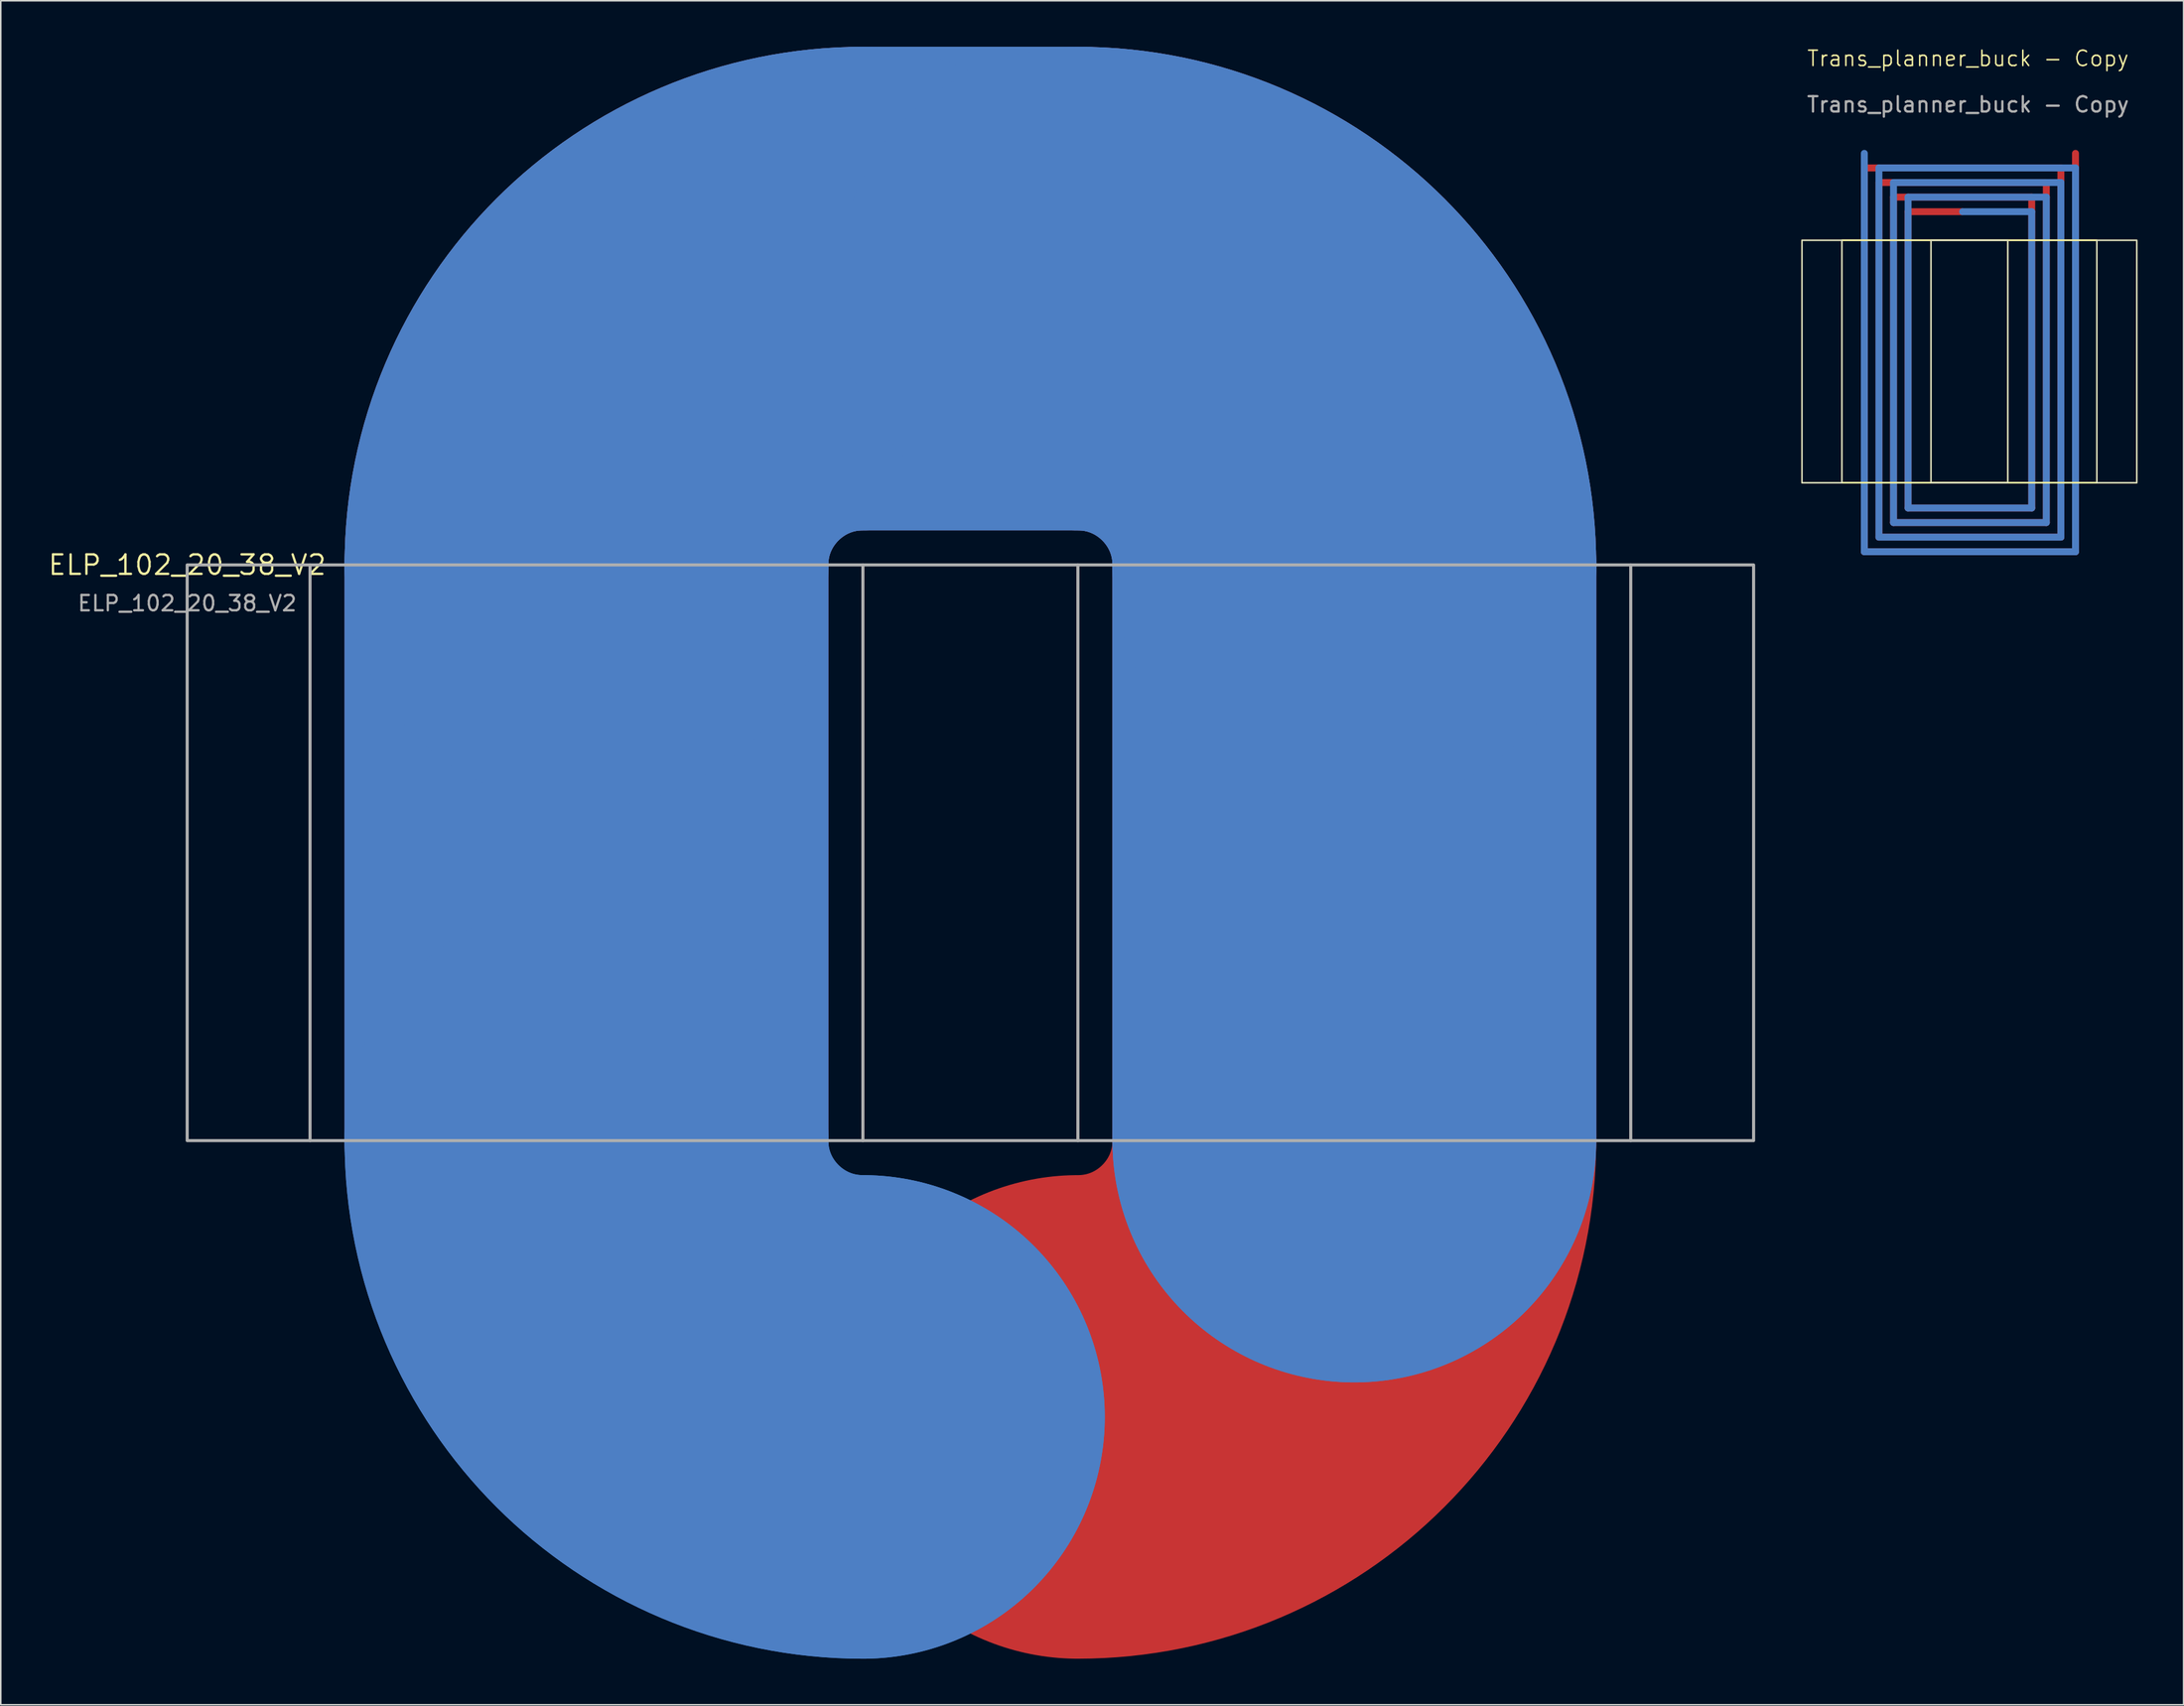
<source format=kicad_pcb>
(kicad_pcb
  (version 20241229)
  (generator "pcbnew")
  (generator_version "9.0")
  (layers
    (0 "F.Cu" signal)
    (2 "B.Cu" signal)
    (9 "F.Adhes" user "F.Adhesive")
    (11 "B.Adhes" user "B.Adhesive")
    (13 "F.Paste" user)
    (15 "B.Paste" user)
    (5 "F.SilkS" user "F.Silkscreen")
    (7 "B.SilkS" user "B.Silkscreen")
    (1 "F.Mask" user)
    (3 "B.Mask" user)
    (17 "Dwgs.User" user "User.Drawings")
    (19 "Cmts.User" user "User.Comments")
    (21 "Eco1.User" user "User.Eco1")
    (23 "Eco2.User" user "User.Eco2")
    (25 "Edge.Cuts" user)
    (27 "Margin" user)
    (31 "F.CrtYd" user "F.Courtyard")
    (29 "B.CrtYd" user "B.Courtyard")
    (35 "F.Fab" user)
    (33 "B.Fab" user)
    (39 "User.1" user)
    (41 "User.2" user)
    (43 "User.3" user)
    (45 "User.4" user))
  (footprint "ELP_102_20_38_V2"
    (layer "F.Cu")
    (at 9.139 33.75)
    (property "Reference" "ELP_102_20_38_V2" (at 0 0 0) (layer "F.SilkS") (effects (font (size 1.27 1.27) (thickness 0.15))))
    (fp_line (start 26 0) (end 26 37.5) (stroke (width 31.5) (type default)) (layer "F.Cu"))
    (fp_line (start 58 -18) (end 44 -18) (stroke (width 31.5) (type default)) (layer "F.Cu"))
    (fp_line (start 76 37.5) (end 76 0) (stroke (width 31.5) (type default)) (layer "F.Cu"))
    (fp_arc (start 26 0) (mid 31.272078 -12.727922) (end 44 -18) (stroke (width 31.5) (type solid)) (layer "F.Cu"))
    (fp_arc (start 58 -18) (mid 70.727922 -12.727922) (end 76 0) (stroke (width 31.5) (type solid)) (layer "F.Cu"))
    (fp_arc (start 76 37.5) (mid 70.727922 50.227922) (end 58 55.5) (stroke (width 31.5) (type solid)) (layer "F.Cu"))
    (fp_line (start 26 0) (end 26 37.5) (stroke (width 31.5) (type default)) (layer "B.Cu"))
    (fp_line (start 26 0) (end 26 37.5) (stroke (width 31.5) (type default)) (layer "B.Cu"))
    (fp_line (start 58 -18) (end 44 -18) (stroke (width 31.5) (type default)) (layer "B.Cu"))
    (fp_line (start 58 -18) (end 44 -18) (stroke (width 31.5) (type default)) (layer "B.Cu"))
    (fp_line (start 76 37.5) (end 76 0) (stroke (width 31.5) (type default)) (layer "B.Cu"))
    (fp_line (start 76 37.5) (end 76 0) (stroke (width 31.5) (type default)) (layer "B.Cu"))
    (fp_arc (start 26 0) (mid 31.272078 -12.727922) (end 44 -18) (stroke (width 31.5) (type solid)) (layer "B.Cu"))
    (fp_arc (start 26 0) (mid 31.272078 -12.727922) (end 44 -18) (stroke (width 31.5) (type solid)) (layer "B.Cu"))
    (fp_arc (start 44 55.5) (mid 31.272078 50.227922) (end 26 37.5) (stroke (width 31.5) (type solid)) (layer "B.Cu"))
    (fp_arc (start 44 55.5) (mid 31.272078 50.227922) (end 26 37.5) (stroke (width 31.5) (type solid)) (layer "B.Cu"))
    (fp_arc (start 58 -18) (mid 70.727922 -12.727922) (end 76 0) (stroke (width 31.5) (type solid)) (layer "B.Cu"))
    (fp_arc (start 58 -18) (mid 70.727922 -12.727922) (end 76 0) (stroke (width 31.5) (type solid)) (layer "B.Cu"))
    (fp_line (start 14.562 0) (end 14.562 37.5) (stroke (width 7.125) (type default)) (layer "In1.Cu"))
    (fp_line (start 22.188 0) (end 22.188 37.5) (stroke (width 7.125) (type default)) (layer "In1.Cu"))
    (fp_line (start 29.812 0) (end 29.812 37.5) (stroke (width 7.125) (type default)) (layer "In1.Cu"))
    (fp_line (start 37.438 0) (end 37.438 37.5) (stroke (width 7.125) (type default)) (layer "In1.Cu"))
    (fp_line (start 44 44.062) (end 58 44.062) (stroke (width 7.125) (type default)) (layer "In1.Cu"))
    (fp_line (start 44 51.688) (end 58 51.688) (stroke (width 7.125) (type default)) (layer "In1.Cu"))
    (fp_line (start 44 59.312) (end 58 59.312) (stroke (width 7.125) (type default)) (layer "In1.Cu"))
    (fp_line (start 44 66.938) (end 58 66.938) (stroke (width 7.125) (type default)) (layer "In1.Cu"))
    (fp_line (start 58 -29.438) (end 51.625 -29.438) (stroke (width 7.125) (type default)) (layer "In1.Cu"))
    (fp_line (start 58 -21.812) (end 51.625 -21.812) (stroke (width 7.125) (type default)) (layer "In1.Cu"))
    (fp_line (start 58 -14.188) (end 51.625 -14.188) (stroke (width 7.125) (type default)) (layer "In1.Cu"))
    (fp_line (start 64.562 37.5) (end 64.562 0) (stroke (width 7.125) (type default)) (layer "In1.Cu"))
    (fp_line (start 72.188 37.5) (end 72.188 0) (stroke (width 7.125) (type default)) (layer "In1.Cu"))
    (fp_line (start 79.812 37.5) (end 79.812 0) (stroke (width 7.125) (type default)) (layer "In1.Cu"))
    (fp_line (start 87.438 37.5) (end 87.438 0) (stroke (width 7.125) (type default)) (layer "In1.Cu"))
    (fp_arc (start 22.1875 0) (mid 30.809544 -20.815456) (end 51.625 -29.4375) (stroke (width 7.125) (type solid)) (layer "In1.Cu"))
    (fp_arc (start 29.8125 0) (mid 36.201233 -15.423767) (end 51.625 -21.8125) (stroke (width 7.125) (type solid)) (layer "In1.Cu"))
    (fp_arc (start 37.4375 0) (mid 41.592923 -10.032077) (end 51.625 -14.1875) (stroke (width 7.125) (type solid)) (layer "In1.Cu"))
    (fp_arc (start 44 44.0625) (mid 39.359612 42.140388) (end 37.4375 37.5) (stroke (width 7.125) (type solid)) (layer "In1.Cu"))
    (fp_arc (start 44 51.6875) (mid 33.967923 47.532077) (end 29.8125 37.5) (stroke (width 7.125) (type solid)) (layer "In1.Cu"))
    (fp_arc (start 44 59.3125) (mid 28.576233 52.923767) (end 22.1875 37.5) (stroke (width 7.125) (type solid)) (layer "In1.Cu"))
    (fp_arc (start 44 66.9375) (mid 23.184544 58.315456) (end 14.5625 37.5) (stroke (width 7.125) (type solid)) (layer "In1.Cu"))
    (fp_arc (start 58 -29.4375) (mid 78.815456 -20.815456) (end 87.4375 0) (stroke (width 7.125) (type solid)) (layer "In1.Cu"))
    (fp_arc (start 58 -21.8125) (mid 73.423767 -15.423767) (end 79.8125 0) (stroke (width 7.125) (type solid)) (layer "In1.Cu"))
    (fp_arc (start 58 -14.1875) (mid 68.032077 -10.032077) (end 72.1875 0) (stroke (width 7.125) (type solid)) (layer "In1.Cu"))
    (fp_arc (start 58 -6.5625) (mid 62.640388 -4.640388) (end 64.5625 0) (stroke (width 7.125) (type solid)) (layer "In1.Cu"))
    (fp_arc (start 64.5625 37.5) (mid 62.640388 42.140388) (end 58 44.0625) (stroke (width 7.125) (type solid)) (layer "In1.Cu"))
    (fp_arc (start 72.1875 37.5) (mid 68.032077 47.532077) (end 58 51.6875) (stroke (width 7.125) (type solid)) (layer "In1.Cu"))
    (fp_arc (start 79.8125 37.5) (mid 73.423767 52.923767) (end 58 59.3125) (stroke (width 7.125) (type solid)) (layer "In1.Cu"))
    (fp_arc (start 87.4375 37.5) (mid 78.815456 58.315456) (end 58 66.9375) (stroke (width 7.125) (type solid)) (layer "In1.Cu"))
    (fp_line (start 8 0) (end 8 37.5) (stroke (width 0.2) (type default)) (layer "F.Fab"))
    (fp_line (start 44 0) (end 44 37.5) (stroke (width 0.2) (type default)) (layer "F.Fab"))
    (fp_line (start 58 0) (end 58 37.5) (stroke (width 0.2) (type default)) (layer "F.Fab"))
    (fp_line (start 94 0) (end 94 37.5) (stroke (width 0.2) (type default)) (layer "F.Fab"))
    (fp_rect (start 0 0) (end 102 37.5) (stroke (width 0.2) (type solid)) (fill no) (layer "F.Fab"))
    (fp_text user "${REFERENCE}" (at 0 2.5 0) (unlocked yes) (layer "F.Fab") (effects (font (size 1 1) (thickness 0.15)))))
  (footprint "Trans_planner_buck - Copy"
    (layer "F.Cu")
    (at 125.099 1.26)
    (property "Reference" "Trans_planner_buck - Copy" (at 0 -0.5 0) (unlocked yes) (layer "F.SilkS") (effects (font (size 1 1) (thickness 0.1))))
    (fp_line (start -6.75 6.63) (end 6.05 6.63) (stroke (width 0.45) (type default)) (layer "F.Cu"))
    (fp_line (start -6.75 31.63) (end -6.75 6.63) (stroke (width 0.45) (type default)) (layer "F.Cu"))
    (fp_line (start -5.8 7.58) (end 5.1 7.58) (stroke (width 0.45) (type default)) (layer "F.Cu"))
    (fp_line (start -5.8 30.68) (end -5.8 7.58) (stroke (width 0.45) (type default)) (layer "F.Cu"))
    (fp_line (start -4.85 8.53) (end 4.15 8.53) (stroke (width 0.45) (type default)) (layer "F.Cu"))
    (fp_line (start -4.85 29.73) (end -4.85 8.53) (stroke (width 0.45) (type default)) (layer "F.Cu"))
    (fp_line (start -3.9 9.48) (end -0.4 9.48) (stroke (width 0.45) (type default)) (layer "F.Cu"))
    (fp_line (start -3.9 28.78) (end -3.9 9.48) (stroke (width 0.45) (type default)) (layer "F.Cu"))
    (fp_line (start 4.15 8.53) (end 4.15 28.78) (stroke (width 0.45) (type default)) (layer "F.Cu"))
    (fp_line (start 4.15 28.78) (end -3.9 28.78) (stroke (width 0.45) (type default)) (layer "F.Cu"))
    (fp_line (start 5.1 7.58) (end 5.1 29.73) (stroke (width 0.45) (type default)) (layer "F.Cu"))
    (fp_line (start 5.1 29.73) (end -4.85 29.73) (stroke (width 0.45) (type default)) (layer "F.Cu"))
    (fp_line (start 6.05 6.63) (end 6.05 30.68) (stroke (width 0.45) (type default)) (layer "F.Cu"))
    (fp_line (start 6.05 30.68) (end -5.8 30.68) (stroke (width 0.45) (type default)) (layer "F.Cu"))
    (fp_line (start 7 5.68) (end 7 31.63) (stroke (width 0.45) (type default)) (layer "F.Cu"))
    (fp_line (start 7 31.63) (end -6.75 31.63) (stroke (width 0.45) (type default)) (layer "F.Cu"))
    (fp_line (start -6.75 5.68) (end -6.75 31.63) (stroke (width 0.45) (type default)) (layer "B.Cu"))
    (fp_line (start -6.75 31.63) (end 7 31.63) (stroke (width 0.45) (type default)) (layer "B.Cu"))
    (fp_line (start -5.8 6.63) (end -5.8 30.68) (stroke (width 0.45) (type default)) (layer "B.Cu"))
    (fp_line (start -5.8 30.68) (end 6.05 30.68) (stroke (width 0.45) (type default)) (layer "B.Cu"))
    (fp_line (start -4.85 7.58) (end -4.85 29.73) (stroke (width 0.45) (type default)) (layer "B.Cu"))
    (fp_line (start -4.85 29.73) (end 5.1 29.73) (stroke (width 0.45) (type default)) (layer "B.Cu"))
    (fp_line (start -3.9 8.53) (end -3.9 28.78) (stroke (width 0.45) (type default)) (layer "B.Cu"))
    (fp_line (start -3.9 28.78) (end 4.15 28.78) (stroke (width 0.45) (type default)) (layer "B.Cu"))
    (fp_line (start 4.15 9.48) (end -0.35 9.48) (stroke (width 0.45) (type default)) (layer "B.Cu"))
    (fp_line (start 4.15 28.78) (end 4.15 9.48) (stroke (width 0.45) (type default)) (layer "B.Cu"))
    (fp_line (start 5.1 8.53) (end -3.9 8.53) (stroke (width 0.45) (type default)) (layer "B.Cu"))
    (fp_line (start 5.1 29.73) (end 5.1 8.53) (stroke (width 0.45) (type default)) (layer "B.Cu"))
    (fp_line (start 6.05 7.58) (end -4.85 7.58) (stroke (width 0.45) (type default)) (layer "B.Cu"))
    (fp_line (start 6.05 30.68) (end 6.05 7.58) (stroke (width 0.45) (type default)) (layer "B.Cu"))
    (fp_line (start 7 6.63) (end -5.8 6.63) (stroke (width 0.45) (type default)) (layer "B.Cu"))
    (fp_line (start 7 31.63) (end 7 6.63) (stroke (width 0.45) (type default)) (layer "B.Cu"))
    (fp_line (start -5.85 7.055) (end 6 7.055) (stroke (width 1) (type solid)) (layer "In1.Cu"))
    (fp_line (start -5.85 28.56) (end -5.85 7.055) (stroke (width 1) (type solid)) (layer "In1.Cu"))
    (fp_line (start 6 7.055) (end 6 28.55) (stroke (width 1) (type solid)) (layer "In1.Cu"))
    (fp_rect (start -10.81 11.34) (end 10.99 27.14) (stroke (width 0.1) (type solid)) (fill no) (layer "F.SilkS"))
    (fp_rect (start -8.21 11.34) (end 8.39 27.14) (stroke (width 0.1) (type solid)) (fill no) (layer "F.SilkS"))
    (fp_rect (start -2.41 11.34) (end 2.59 27.14) (stroke (width 0.1) (type solid)) (fill no) (layer "F.SilkS"))
    (fp_line (start -5.85 7.06) (end 6 7.06) (stroke (width 1) (type solid)) (layer "In2.Cu"))
    (fp_line (start -5.85 32.93) (end -5.85 7.06) (stroke (width 1) (type solid)) (layer "In2.Cu"))
    (fp_line (start 6 7.06) (end 6 32.68) (stroke (width 1) (type solid)) (layer "In2.Cu"))
    (fp_rect (start -10.8 11.34) (end -8.21 27.14) (stroke (width 0.05) (type default)) (fill no) (layer "Edge.Cuts"))
    (fp_rect (start -2.41 11.34) (end 2.6 27.14) (stroke (width 0.05) (type default)) (fill no) (layer "Edge.Cuts"))
    (fp_rect (start 8.39 11.34) (end 10.99 27.13) (stroke (width 0.05) (type default)) (fill no) (layer "Edge.Cuts"))
    (fp_text user "${REFERENCE}" (at 0 2.5 0) (unlocked yes) (layer "F.Fab") (effects (font (size 1 1) (thickness 0.15)))))
  (gr_rect
    (start -3 -3)
    (end 139.139 108)
    (stroke (width 0.1) (type default))
    (fill no)
    (layer "Edge.Cuts")))
</source>
